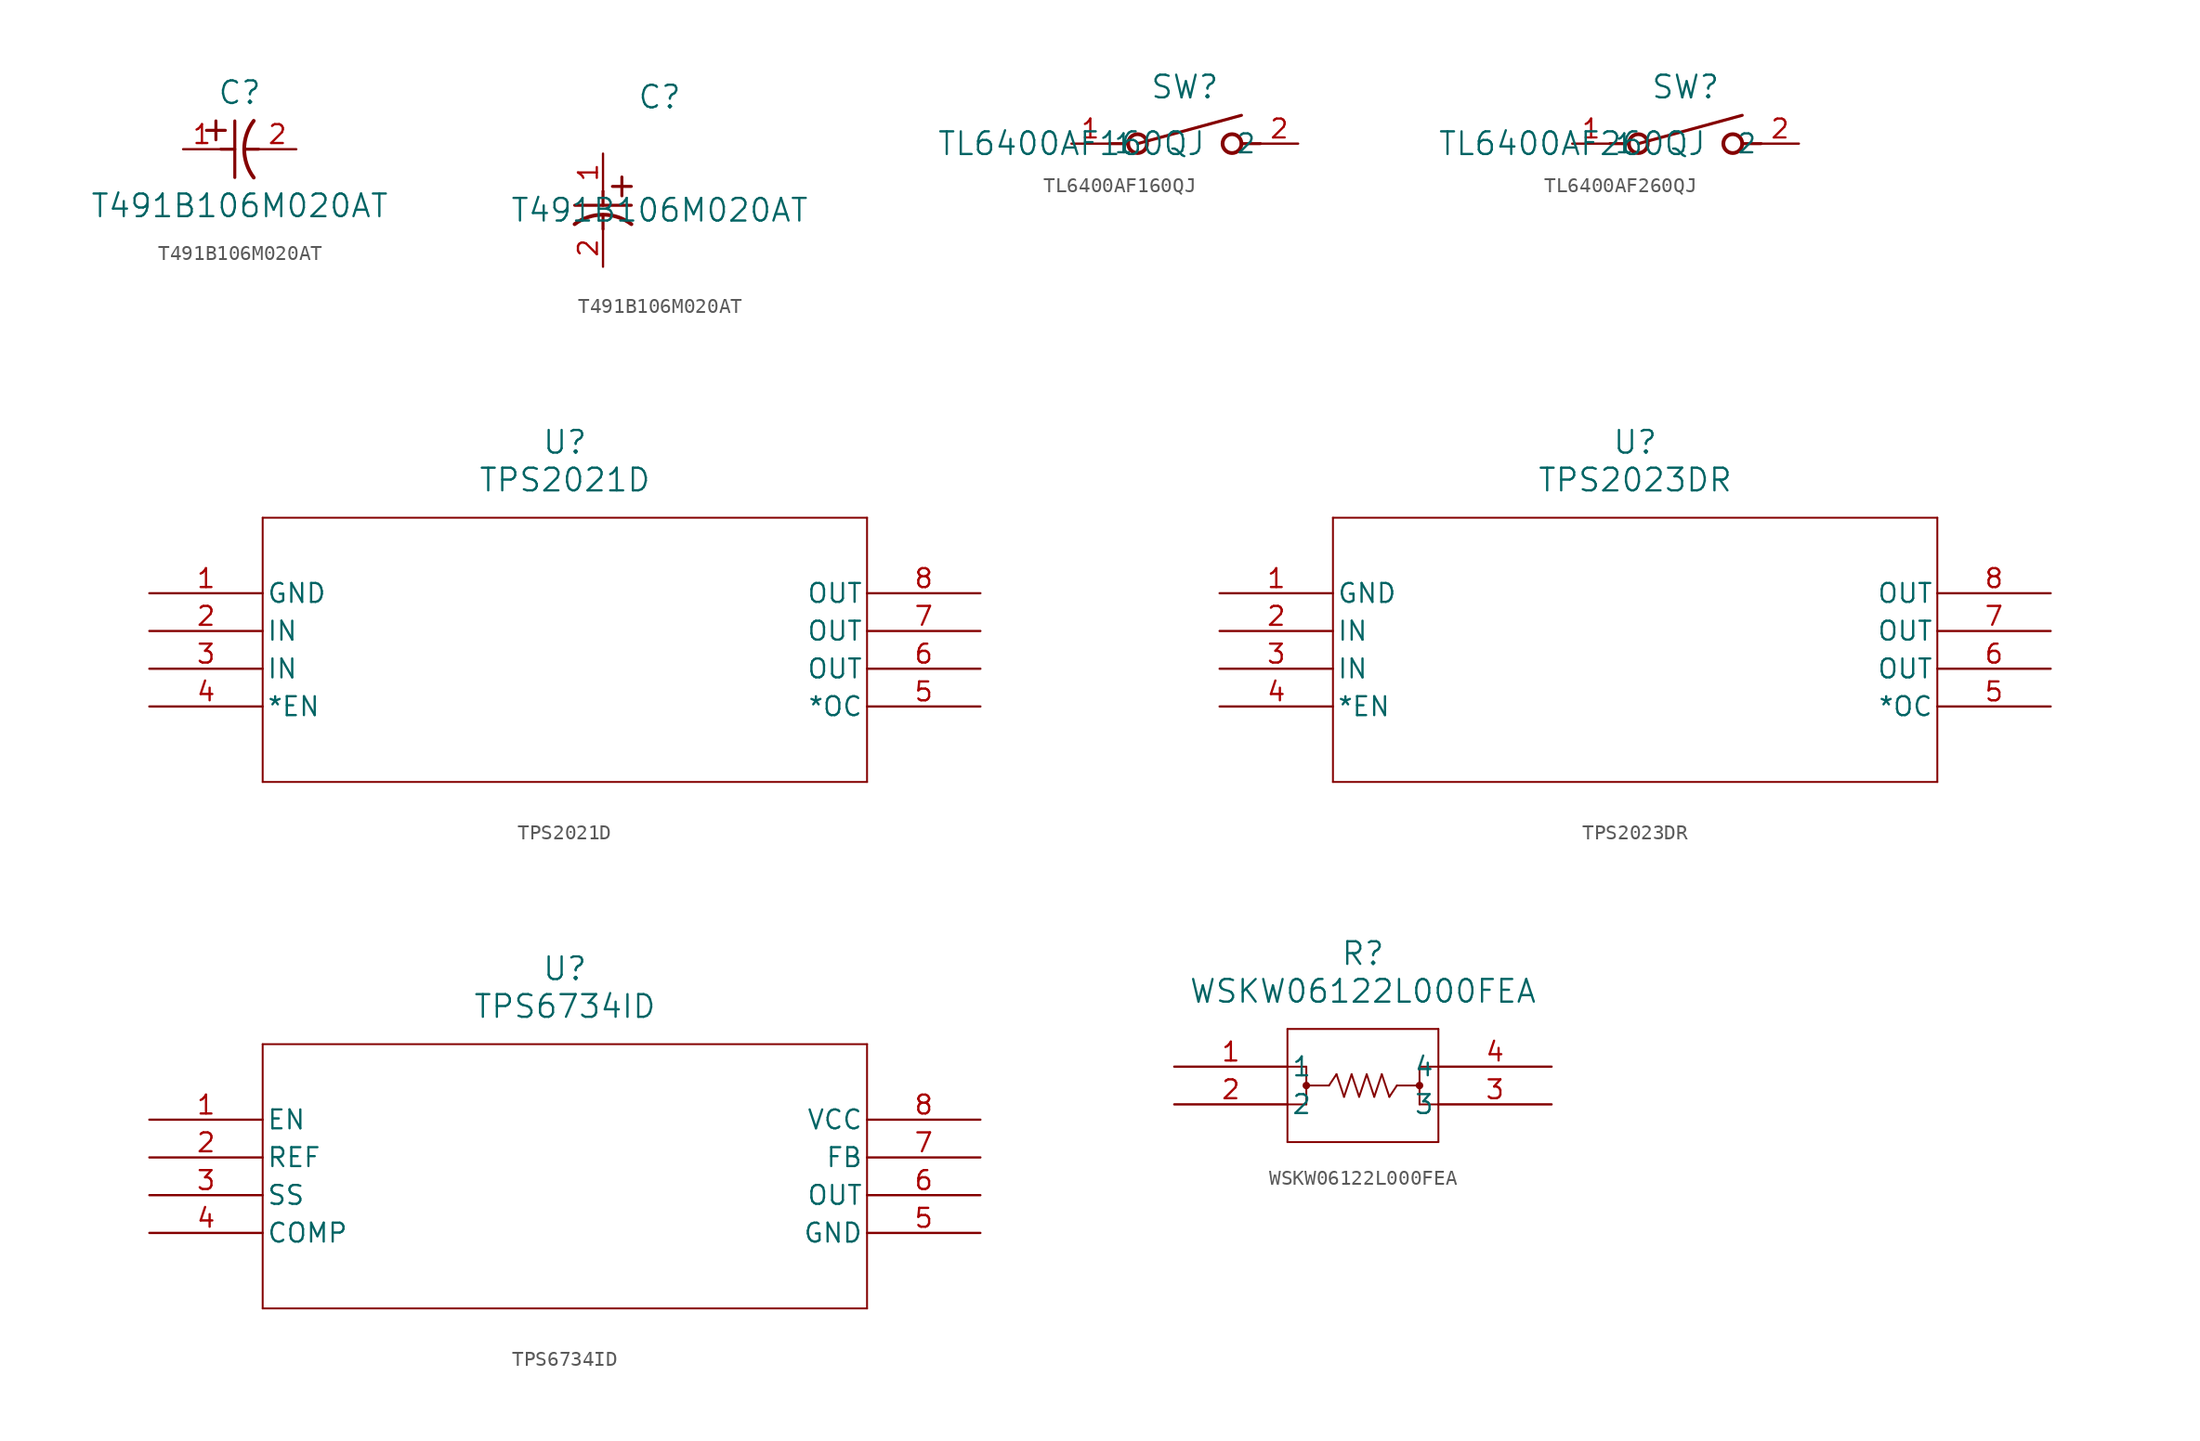
<source format=kicad_sym>
(kicad_symbol_lib
  (version 20231120)
  (generator "kicad_symbol_editor")
  (generator_version "8.0")
  (symbol "T491B106M020AT"
    (pin_names
      (offset 0.254))
    (property "Reference" "C"
      (at 3.81 3.81 0)
      (effects (font (size 1.524 1.524))))
    (property "Value" "T491B106M020AT"
      (at 3.81 -3.81 0)
      (effects (font (size 1.524 1.524))))
    (property "ki_locked" ""
      (at 0 0 0)
      (effects (font (size 1.27 1.27))))
    (symbol "T491B106M020AT_1_1"
      (polyline (pts (xy 1.575 1.27) (xy 2.845 1.27)) (stroke (width 0.203) (type default)) (fill (type none)))
      (polyline (pts (xy 2.21 0.635) (xy 2.21 1.905)) (stroke (width 0.203) (type default)) (fill (type none)))
      (polyline (pts (xy 2.54 0) (xy 3.48 0)) (stroke (width 0.203) (type default)) (fill (type none)))
      (polyline (pts (xy 3.48 -1.905) (xy 3.48 1.905)) (stroke (width 0.203) (type default)) (fill (type none)))
      (polyline (pts (xy 4.115 0) (xy 5.08 0)) (stroke (width 0.203) (type default)) (fill (type none)))
      (arc (start 4.7541 1.9108) (mid 4.1148 0) (end 4.7541 -1.9108) (stroke (width 0.254) (type default)) (fill (type none)))
      (pin unspecified line (at 0 0 0) (length 2.54) (name "" (effects (font (size 1.27 1.27)))) (number "1" (effects (font (size 1.27 1.27)))))
      (pin unspecified line (at 7.62 0 180) (length 2.54) (name "" (effects (font (size 1.27 1.27)))) (number "2" (effects (font (size 1.27 1.27))))))
    (symbol "T491B106M020AT_1_2"
      (polyline (pts (xy -1.905 -3.48) (xy 1.905 -3.48)) (stroke (width 0.203) (type default)) (fill (type none)))
      (polyline (pts (xy 0 -4.115) (xy 0 -5.08)) (stroke (width 0.203) (type default)) (fill (type none)))
      (polyline (pts (xy 0 -2.54) (xy 0 -3.48)) (stroke (width 0.203) (type default)) (fill (type none)))
      (polyline (pts (xy 0.635 -2.21) (xy 1.905 -2.21)) (stroke (width 0.203) (type default)) (fill (type none)))
      (polyline (pts (xy 1.27 -1.575) (xy 1.27 -2.845)) (stroke (width 0.203) (type default)) (fill (type none)))
      (arc (start 1.9108 -4.7541) (mid 0 -4.1148) (end -1.9108 -4.7541) (stroke (width 0.254) (type default)) (fill (type none)))
      (pin unspecified line (at 0 0 270) (length 2.54) (name "" (effects (font (size 1.27 1.27)))) (number "1" (effects (font (size 1.27 1.27)))))
      (pin unspecified line (at 0 -7.62 90) (length 2.54) (name "" (effects (font (size 1.27 1.27)))) (number "2" (effects (font (size 1.27 1.27)))))))
  (symbol "TL6400AF160QJ"
    (pin_names
      (offset 0.254))
    (property "Reference" "SW"
      (at 7.62 3.81 0)
      (effects (font (size 1.524 1.524))))
    (property "Value" "TL6400AF160QJ"
      (at 0 0 0)
      (effects (font (size 1.524 1.524))))
    (symbol "TL6400AF160QJ_0_1"
      (polyline (pts (xy 2.54 0) (xy 3.81 0)) (stroke (width 0.203) (type default)) (fill (type none)))
      (polyline (pts (xy 4.445 0) (xy 11.43 1.905)) (stroke (width 0.203) (type default)) (fill (type none)))
      (polyline (pts (xy 12.7 0) (xy 11.43 0)) (stroke (width 0.203) (type default)) (fill (type none)))
      (circle (center 4.445 0) (radius 0.635) (stroke (width 0.254) (type default)) (fill (type none)))
      (circle (center 10.795 0) (radius 0.635) (stroke (width 0.254) (type default)) (fill (type none)))
      (pin unspecified line (at 0 0 0) (length 2.54) (name "1" (effects (font (size 1.27 1.27)))) (number "1" (effects (font (size 1.27 1.27)))))
      (pin unspecified line (at 15.24 0 180) (length 2.54) (name "2" (effects (font (size 1.27 1.27)))) (number "2" (effects (font (size 1.27 1.27)))))))
  (symbol "TL6400AF260QJ"
    (pin_names
      (offset 0.254))
    (property "Reference" "SW"
      (at 7.62 3.81 0)
      (effects (font (size 1.524 1.524))))
    (property "Value" "TL6400AF260QJ"
      (at 0 0 0)
      (effects (font (size 1.524 1.524))))
    (property "ki_locked" ""
      (at 0 0 0)
      (effects (font (size 1.27 1.27))))
    (symbol "TL6400AF260QJ_0_1"
      (polyline (pts (xy 2.54 0) (xy 3.81 0)) (stroke (width 0.203) (type default)) (fill (type none)))
      (polyline (pts (xy 4.445 0) (xy 11.43 1.905)) (stroke (width 0.203) (type default)) (fill (type none)))
      (polyline (pts (xy 12.7 0) (xy 11.43 0)) (stroke (width 0.203) (type default)) (fill (type none)))
      (circle (center 4.445 0) (radius 0.635) (stroke (width 0.254) (type default)) (fill (type none)))
      (circle (center 10.795 0) (radius 0.635) (stroke (width 0.254) (type default)) (fill (type none)))
      (pin unspecified line (at 0 0 0) (length 2.54) (name "1" (effects (font (size 1.27 1.27)))) (number "1" (effects (font (size 1.27 1.27)))))
      (pin unspecified line (at 15.24 0 180) (length 2.54) (name "2" (effects (font (size 1.27 1.27)))) (number "2" (effects (font (size 1.27 1.27)))))))
  (symbol "TPS2021D"
    (pin_names
      (offset 0.254))
    (property "Reference" "U"
      (at 27.94 10.16 0)
      (effects (font (size 1.524 1.524))))
    (property "Value" "TPS2021D"
      (at 27.94 7.62 0)
      (effects (font (size 1.524 1.524))))
    (property "ki_locked" ""
      (at 0 0 0)
      (effects (font (size 1.27 1.27))))
    (symbol "TPS2021D_0_1"
      (polyline (pts (xy 7.62 -12.7) (xy 48.26 -12.7)) (stroke (width 0.127) (type default)) (fill (type none)))
      (polyline (pts (xy 7.62 5.08) (xy 7.62 -12.7)) (stroke (width 0.127) (type default)) (fill (type none)))
      (polyline (pts (xy 48.26 -12.7) (xy 48.26 5.08)) (stroke (width 0.127) (type default)) (fill (type none)))
      (polyline (pts (xy 48.26 5.08) (xy 7.62 5.08)) (stroke (width 0.127) (type default)) (fill (type none)))
      (pin input line (at 0 0 0) (length 7.62) (name "GND" (effects (font (size 1.27 1.27)))) (number "1" (effects (font (size 1.27 1.27)))))
      (pin input line (at 0 -2.54 0) (length 7.62) (name "IN" (effects (font (size 1.27 1.27)))) (number "2" (effects (font (size 1.27 1.27)))))
      (pin input line (at 0 -5.08 0) (length 7.62) (name "IN" (effects (font (size 1.27 1.27)))) (number "3" (effects (font (size 1.27 1.27)))))
      (pin input line (at 0 -7.62 0) (length 7.62) (name "*EN" (effects (font (size 1.27 1.27)))) (number "4" (effects (font (size 1.27 1.27)))))
      (pin output line (at 55.88 -7.62 180) (length 7.62) (name "*OC" (effects (font (size 1.27 1.27)))) (number "5" (effects (font (size 1.27 1.27)))))
      (pin output line (at 55.88 -5.08 180) (length 7.62) (name "OUT" (effects (font (size 1.27 1.27)))) (number "6" (effects (font (size 1.27 1.27)))))
      (pin output line (at 55.88 -2.54 180) (length 7.62) (name "OUT" (effects (font (size 1.27 1.27)))) (number "7" (effects (font (size 1.27 1.27)))))
      (pin output line (at 55.88 0 180) (length 7.62) (name "OUT" (effects (font (size 1.27 1.27)))) (number "8" (effects (font (size 1.27 1.27)))))))
  (symbol "TPS2023DR"
    (pin_names
      (offset 0.254))
    (property "Reference" "U"
      (at 27.94 10.16 0)
      (effects (font (size 1.524 1.524))))
    (property "Value" "TPS2023DR"
      (at 27.94 7.62 0)
      (effects (font (size 1.524 1.524))))
    (property "ki_locked" ""
      (at 0 0 0)
      (effects (font (size 1.27 1.27))))
    (symbol "TPS2023DR_0_1"
      (polyline (pts (xy 7.62 -12.7) (xy 48.26 -12.7)) (stroke (width 0.127) (type default)) (fill (type none)))
      (polyline (pts (xy 7.62 5.08) (xy 7.62 -12.7)) (stroke (width 0.127) (type default)) (fill (type none)))
      (polyline (pts (xy 48.26 -12.7) (xy 48.26 5.08)) (stroke (width 0.127) (type default)) (fill (type none)))
      (polyline (pts (xy 48.26 5.08) (xy 7.62 5.08)) (stroke (width 0.127) (type default)) (fill (type none)))
      (pin input line (at 0 0 0) (length 7.62) (name "GND" (effects (font (size 1.27 1.27)))) (number "1" (effects (font (size 1.27 1.27)))))
      (pin input line (at 0 -2.54 0) (length 7.62) (name "IN" (effects (font (size 1.27 1.27)))) (number "2" (effects (font (size 1.27 1.27)))))
      (pin input line (at 0 -5.08 0) (length 7.62) (name "IN" (effects (font (size 1.27 1.27)))) (number "3" (effects (font (size 1.27 1.27)))))
      (pin input line (at 0 -7.62 0) (length 7.62) (name "*EN" (effects (font (size 1.27 1.27)))) (number "4" (effects (font (size 1.27 1.27)))))
      (pin output line (at 55.88 -7.62 180) (length 7.62) (name "*OC" (effects (font (size 1.27 1.27)))) (number "5" (effects (font (size 1.27 1.27)))))
      (pin output line (at 55.88 -5.08 180) (length 7.62) (name "OUT" (effects (font (size 1.27 1.27)))) (number "6" (effects (font (size 1.27 1.27)))))
      (pin output line (at 55.88 -2.54 180) (length 7.62) (name "OUT" (effects (font (size 1.27 1.27)))) (number "7" (effects (font (size 1.27 1.27)))))
      (pin output line (at 55.88 0 180) (length 7.62) (name "OUT" (effects (font (size 1.27 1.27)))) (number "8" (effects (font (size 1.27 1.27)))))))
  (symbol "TPS6734ID"
    (pin_names
      (offset 0.254))
    (property "Reference" "U"
      (at 27.94 10.16 0)
      (effects (font (size 1.524 1.524))))
    (property "Value" "TPS6734ID"
      (at 27.94 7.62 0)
      (effects (font (size 1.524 1.524))))
    (property "ki_locked" ""
      (at 0 0 0)
      (effects (font (size 1.27 1.27))))
    (symbol "TPS6734ID_0_1"
      (polyline (pts (xy 7.62 -12.7) (xy 48.26 -12.7)) (stroke (width 0.127) (type default)) (fill (type none)))
      (polyline (pts (xy 7.62 5.08) (xy 7.62 -12.7)) (stroke (width 0.127) (type default)) (fill (type none)))
      (polyline (pts (xy 48.26 -12.7) (xy 48.26 5.08)) (stroke (width 0.127) (type default)) (fill (type none)))
      (polyline (pts (xy 48.26 5.08) (xy 7.62 5.08)) (stroke (width 0.127) (type default)) (fill (type none)))
      (pin input line (at 0 0 0) (length 7.62) (name "EN" (effects (font (size 1.27 1.27)))) (number "1" (effects (font (size 1.27 1.27)))))
      (pin output line (at 0 -2.54 0) (length 7.62) (name "REF" (effects (font (size 1.27 1.27)))) (number "2" (effects (font (size 1.27 1.27)))))
      (pin unspecified line (at 0 -5.08 0) (length 7.62) (name "SS" (effects (font (size 1.27 1.27)))) (number "3" (effects (font (size 1.27 1.27)))))
      (pin input line (at 0 -7.62 0) (length 7.62) (name "COMP" (effects (font (size 1.27 1.27)))) (number "4" (effects (font (size 1.27 1.27)))))
      (pin power_in line (at 55.88 -7.62 180) (length 7.62) (name "GND" (effects (font (size 1.27 1.27)))) (number "5" (effects (font (size 1.27 1.27)))))
      (pin output line (at 55.88 -5.08 180) (length 7.62) (name "OUT" (effects (font (size 1.27 1.27)))) (number "6" (effects (font (size 1.27 1.27)))))
      (pin unspecified line (at 55.88 -2.54 180) (length 7.62) (name "FB" (effects (font (size 1.27 1.27)))) (number "7" (effects (font (size 1.27 1.27)))))
      (pin power_in line (at 55.88 0 180) (length 7.62) (name "VCC" (effects (font (size 1.27 1.27)))) (number "8" (effects (font (size 1.27 1.27)))))))
  (symbol "WSKW06122L000FEA"
    (pin_names
      (offset 0.254))
    (property "Reference" "R"
      (at 12.7 7.62 0)
      (effects (font (size 1.524 1.524))))
    (property "Value" "WSKW06122L000FEA"
      (at 12.7 5.08 0)
      (effects (font (size 1.524 1.524))))
    (property "ki_locked" ""
      (at 0 0 0)
      (effects (font (size 1.27 1.27))))
    (symbol "WSKW06122L000FEA_0_1"
      (polyline (pts (xy 7.62 -5.08) (xy 17.78 -5.08)) (stroke (width 0.127) (type default)) (fill (type none)))
      (polyline (pts (xy 7.62 0) (xy 8.89 0)) (stroke (width 0.127) (type default)) (fill (type none)))
      (polyline (pts (xy 7.62 2.54) (xy 7.62 -5.08)) (stroke (width 0.127) (type default)) (fill (type none)))
      (polyline (pts (xy 8.89 -2.54) (xy 7.62 -2.54)) (stroke (width 0.127) (type default)) (fill (type none)))
      (polyline (pts (xy 8.89 0) (xy 8.89 -2.54)) (stroke (width 0.127) (type default)) (fill (type none)))
      (polyline (pts (xy 10.414 -1.27) (xy 8.89 -1.27)) (stroke (width 0.127) (type default)) (fill (type none)))
      (polyline (pts (xy 10.414 -1.27) (xy 10.922 -0.508)) (stroke (width 0.127) (type default)) (fill (type none)))
      (polyline (pts (xy 10.922 -0.508) (xy 11.43 -2.032)) (stroke (width 0.127) (type default)) (fill (type none)))
      (polyline (pts (xy 11.43 -2.032) (xy 11.938 -0.508)) (stroke (width 0.127) (type default)) (fill (type none)))
      (polyline (pts (xy 11.938 -0.508) (xy 12.446 -2.032)) (stroke (width 0.127) (type default)) (fill (type none)))
      (polyline (pts (xy 12.446 -2.032) (xy 12.954 -0.508)) (stroke (width 0.127) (type default)) (fill (type none)))
      (polyline (pts (xy 12.954 -0.508) (xy 13.462 -2.032)) (stroke (width 0.127) (type default)) (fill (type none)))
      (polyline (pts (xy 13.462 -2.032) (xy 13.97 -0.508)) (stroke (width 0.127) (type default)) (fill (type none)))
      (polyline (pts (xy 13.97 -0.508) (xy 14.478 -2.032)) (stroke (width 0.127) (type default)) (fill (type none)))
      (polyline (pts (xy 14.478 -2.032) (xy 14.986 -1.27)) (stroke (width 0.127) (type default)) (fill (type none)))
      (polyline (pts (xy 16.51 -1.27) (xy 14.986 -1.27)) (stroke (width 0.127) (type default)) (fill (type none)))
      (polyline (pts (xy 16.51 0) (xy 16.51 -2.54)) (stroke (width 0.127) (type default)) (fill (type none)))
      (polyline (pts (xy 17.78 -5.08) (xy 17.78 2.54)) (stroke (width 0.127) (type default)) (fill (type none)))
      (polyline (pts (xy 17.78 -2.54) (xy 16.51 -2.54)) (stroke (width 0.127) (type default)) (fill (type none)))
      (polyline (pts (xy 17.78 0) (xy 16.51 0)) (stroke (width 0.127) (type default)) (fill (type none)))
      (polyline (pts (xy 17.78 2.54) (xy 7.62 2.54)) (stroke (width 0.127) (type default)) (fill (type none)))
      (circle (center 8.89 -1.27) (radius 0.127) (stroke (width 0.254) (type default)) (fill (type none)))
      (circle (center 16.51 -1.27) (radius 0.127) (stroke (width 0.254) (type default)) (fill (type none)))
      (pin unspecified line (at 0 0 0) (length 7.62) (name "1" (effects (font (size 1.27 1.27)))) (number "1" (effects (font (size 1.27 1.27)))))
      (pin unspecified line (at 0 -2.54 0) (length 7.62) (name "2" (effects (font (size 1.27 1.27)))) (number "2" (effects (font (size 1.27 1.27)))))
      (pin unspecified line (at 25.4 -2.54 180) (length 7.62) (name "3" (effects (font (size 1.27 1.27)))) (number "3" (effects (font (size 1.27 1.27)))))
      (pin unspecified line (at 25.4 0 180) (length 7.62) (name "4" (effects (font (size 1.27 1.27)))) (number "4" (effects (font (size 1.27 1.27))))))))
</source>
